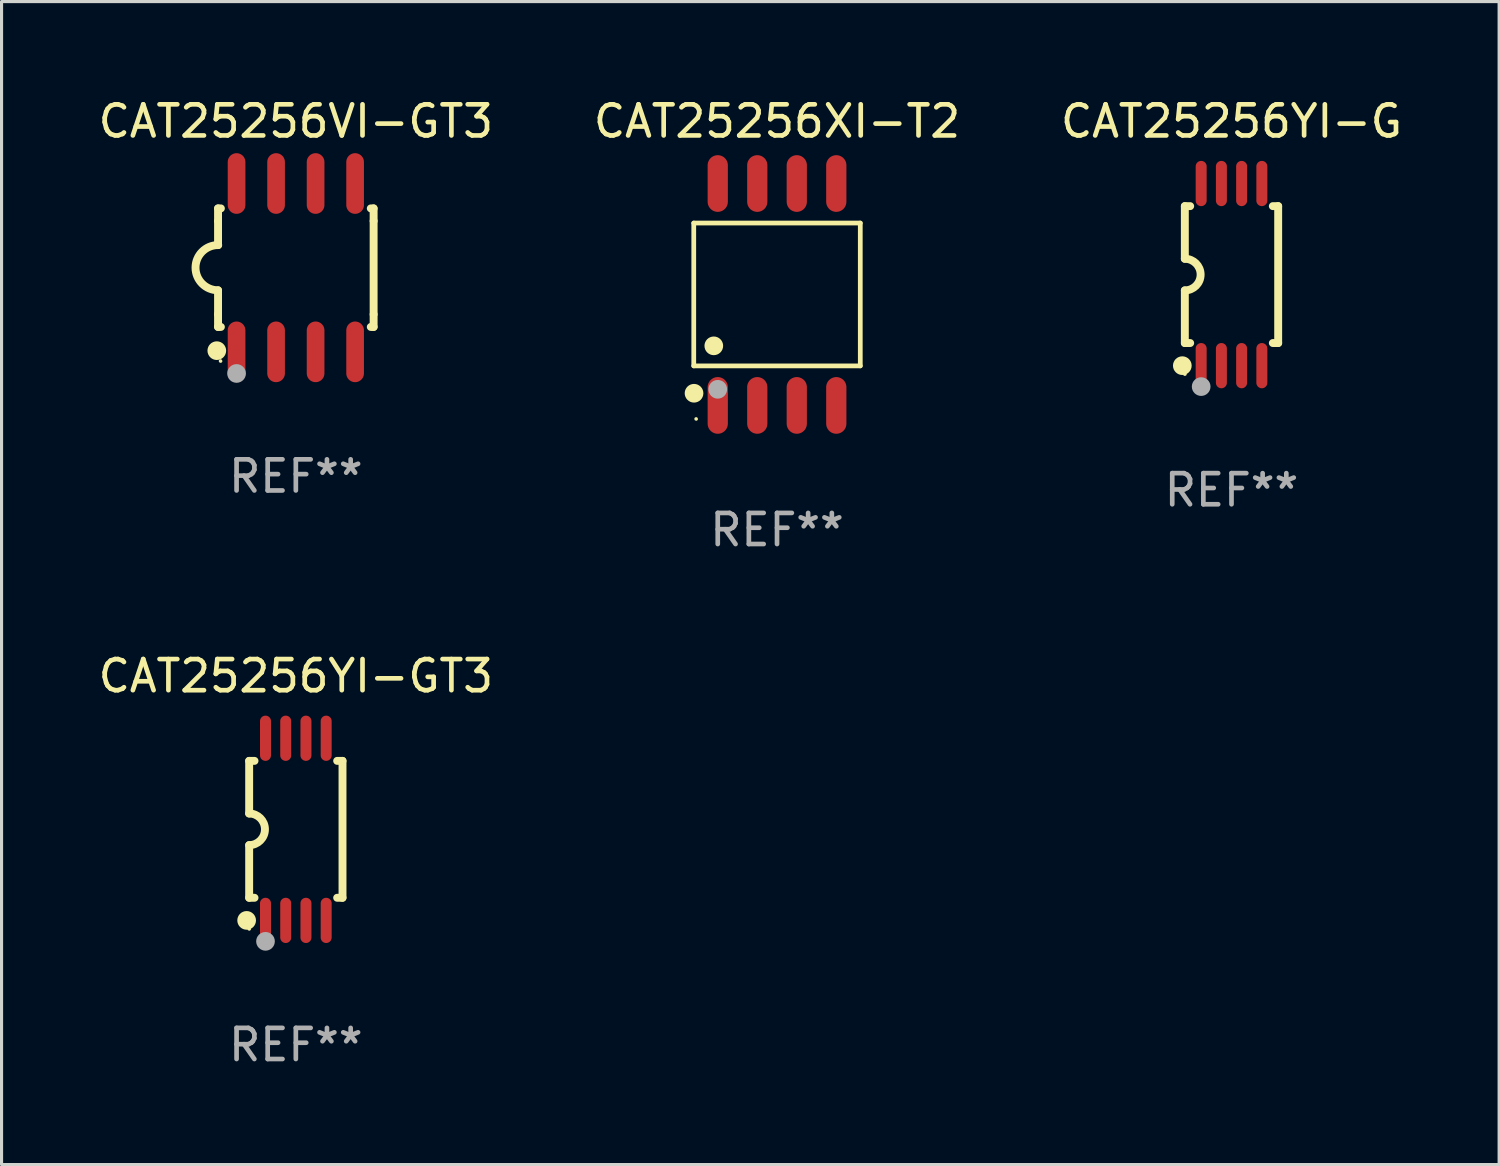
<source format=kicad_pcb>
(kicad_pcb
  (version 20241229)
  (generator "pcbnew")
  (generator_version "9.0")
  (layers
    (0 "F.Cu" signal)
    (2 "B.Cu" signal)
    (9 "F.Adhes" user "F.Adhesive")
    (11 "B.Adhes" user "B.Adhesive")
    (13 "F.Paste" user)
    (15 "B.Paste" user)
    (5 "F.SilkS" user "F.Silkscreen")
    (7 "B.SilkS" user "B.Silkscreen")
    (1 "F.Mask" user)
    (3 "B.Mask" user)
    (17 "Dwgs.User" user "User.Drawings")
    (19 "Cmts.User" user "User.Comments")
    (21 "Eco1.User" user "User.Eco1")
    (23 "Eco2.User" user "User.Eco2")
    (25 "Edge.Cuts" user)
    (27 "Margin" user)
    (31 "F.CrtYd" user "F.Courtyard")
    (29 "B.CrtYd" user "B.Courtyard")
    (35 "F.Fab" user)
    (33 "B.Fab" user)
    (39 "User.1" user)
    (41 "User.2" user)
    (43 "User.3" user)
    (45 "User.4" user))
  (footprint "CAT25256YI-G"
    (layer "F.Cu")
    (at 36.53 5.775)
    (property "Reference" "CAT25256YI-G" (at 0 -4.927 0) (layer "F.SilkS") (effects (font (size 1 1) (thickness 0.15))))
    (attr through_hole)
    (fp_line (start -1.5 -2.2) (end -1.5 -0.508) (stroke (width 0.254) (type solid)) (layer "F.SilkS"))
    (fp_line (start -1.5 -2.2) (end -1.328 -2.2) (stroke (width 0.254) (type solid)) (layer "F.SilkS"))
    (fp_line (start -1.5 2.2) (end -1.5 0.508) (stroke (width 0.254) (type solid)) (layer "F.SilkS"))
    (fp_line (start -1.5 2.2) (end -1.328 2.2) (stroke (width 0.254) (type solid)) (layer "F.SilkS"))
    (fp_line (start 1.328 -2.2) (end 1.5 -2.2) (stroke (width 0.254) (type solid)) (layer "F.SilkS"))
    (fp_line (start 1.328 2.2) (end 1.5 2.2) (stroke (width 0.254) (type solid)) (layer "F.SilkS"))
    (fp_line (start 1.5 -2.2) (end 1.5 2.2) (stroke (width 0.254) (type solid)) (layer "F.SilkS"))
    (fp_arc (start -1.501144 -0.508) (mid -0.993143 -0.000571) (end -1.5 0.508001) (stroke (width 0.254001) (type solid)) (layer "F.SilkS"))
    (fp_circle (center -1.581 2.927) (end -1.431 2.927) (stroke (width 0.3) (type solid)) (fill no) (layer "F.SilkS"))
    (fp_circle (center -1.5 3.2) (end -1.47 3.2) (stroke (width 0.06) (type solid)) (fill no) (layer "F.SilkS"))
    (fp_circle (center -0.975 3.6) (end -0.825 3.6) (stroke (width 0.3) (type solid)) (fill no) (layer "F.Fab"))
    (fp_text user "REF**" (at 0 6.927 0) (layer "F.Fab") (effects (font (size 1 1) (thickness 0.15))))
    (pad "1" smd oval (at -0.975 2.927) (size 0.353 1.454) (layers "F.Cu" "F.Mask" "F.Paste"))
    (pad "2" smd oval (at -0.325 2.927) (size 0.353 1.454) (layers "F.Cu" "F.Mask" "F.Paste"))
    (pad "3" smd oval (at 0.325 2.927) (size 0.353 1.454) (layers "F.Cu" "F.Mask" "F.Paste"))
    (pad "4" smd oval (at 0.975 2.927) (size 0.353 1.454) (layers "F.Cu" "F.Mask" "F.Paste"))
    (pad "5" smd oval (at 0.975 -2.927) (size 0.353 1.454) (layers "F.Cu" "F.Mask" "F.Paste"))
    (pad "6" smd oval (at 0.325 -2.927) (size 0.353 1.454) (layers "F.Cu" "F.Mask" "F.Paste"))
    (pad "7" smd oval (at -0.325 -2.927) (size 0.353 1.454) (layers "F.Cu" "F.Mask" "F.Paste"))
    (pad "8" smd oval (at -0.975 -2.927) (size 0.353 1.454) (layers "F.Cu" "F.Mask" "F.Paste")))
  (footprint "CAT25256XI-T2"
    (layer "F.Cu")
    (at 21.923 6.414)
    (property "Reference" "CAT25256XI-T2" (at 0 -5.566 0) (layer "F.SilkS") (effects (font (size 1 1) (thickness 0.15))))
    (attr through_hole)
    (fp_line (start -2.676 -2.295) (end 2.676 -2.295) (stroke (width 0.152) (type solid)) (layer "F.SilkS"))
    (fp_line (start -2.676 2.295) (end -2.676 -2.295) (stroke (width 0.152) (type solid)) (layer "F.SilkS"))
    (fp_line (start 2.676 -2.295) (end 2.676 2.295) (stroke (width 0.152) (type solid)) (layer "F.SilkS"))
    (fp_line (start 2.676 2.295) (end -2.676 2.295) (stroke (width 0.152) (type solid)) (layer "F.SilkS"))
    (fp_circle (center -2.667 3.175) (end -2.517 3.175) (stroke (width 0.3) (type solid)) (fill no) (layer "F.SilkS"))
    (fp_circle (center -2.6 4) (end -2.57 4) (stroke (width 0.06) (type solid)) (fill no) (layer "F.SilkS"))
    (fp_circle (center -2.032 1.651) (end -1.882 1.651) (stroke (width 0.3) (type solid)) (fill no) (layer "F.SilkS"))
    (fp_circle (center -1.905 3.048) (end -1.755 3.048) (stroke (width 0.3) (type solid)) (fill no) (layer "F.Fab"))
    (fp_text user "REF**" (at 0 7.566 0) (layer "F.Fab") (effects (font (size 1 1) (thickness 0.15))))
    (pad "1" smd oval (at -1.905 3.566) (size 0.65 1.822) (layers "F.Cu" "F.Mask" "F.Paste"))
    (pad "2" smd oval (at -0.635 3.566) (size 0.65 1.822) (layers "F.Cu" "F.Mask" "F.Paste"))
    (pad "3" smd oval (at 0.635 3.566) (size 0.65 1.822) (layers "F.Cu" "F.Mask" "F.Paste"))
    (pad "4" smd oval (at 1.905 3.566) (size 0.65 1.822) (layers "F.Cu" "F.Mask" "F.Paste"))
    (pad "5" smd oval (at 1.905 -3.566) (size 0.65 1.822) (layers "F.Cu" "F.Mask" "F.Paste"))
    (pad "6" smd oval (at 0.635 -3.566) (size 0.65 1.822) (layers "F.Cu" "F.Mask" "F.Paste"))
    (pad "7" smd oval (at -0.635 -3.566) (size 0.65 1.822) (layers "F.Cu" "F.Mask" "F.Paste"))
    (pad "8" smd oval (at -1.905 -3.566) (size 0.65 1.822) (layers "F.Cu" "F.Mask" "F.Paste")))
  (footprint "CAT25256YI-GT3"
    (layer "F.Cu")
    (at 6.458 23.604)
    (property "Reference" "CAT25256YI-GT3" (at 0 -4.927 0) (layer "F.SilkS") (effects (font (size 1 1) (thickness 0.15))))
    (attr through_hole)
    (fp_line (start -1.5 -2.2) (end -1.5 -0.508) (stroke (width 0.254) (type solid)) (layer "F.SilkS"))
    (fp_line (start -1.5 -2.2) (end -1.328 -2.2) (stroke (width 0.254) (type solid)) (layer "F.SilkS"))
    (fp_line (start -1.5 2.2) (end -1.5 0.508) (stroke (width 0.254) (type solid)) (layer "F.SilkS"))
    (fp_line (start -1.5 2.2) (end -1.328 2.2) (stroke (width 0.254) (type solid)) (layer "F.SilkS"))
    (fp_line (start 1.328 -2.2) (end 1.5 -2.2) (stroke (width 0.254) (type solid)) (layer "F.SilkS"))
    (fp_line (start 1.328 2.2) (end 1.5 2.2) (stroke (width 0.254) (type solid)) (layer "F.SilkS"))
    (fp_line (start 1.5 -2.2) (end 1.5 2.2) (stroke (width 0.254) (type solid)) (layer "F.SilkS"))
    (fp_arc (start -1.501144 -0.508) (mid -0.993143 -0.000571) (end -1.5 0.508001) (stroke (width 0.254001) (type solid)) (layer "F.SilkS"))
    (fp_circle (center -1.581 2.927) (end -1.431 2.927) (stroke (width 0.3) (type solid)) (fill no) (layer "F.SilkS"))
    (fp_circle (center -1.5 3.2) (end -1.47 3.2) (stroke (width 0.06) (type solid)) (fill no) (layer "F.SilkS"))
    (fp_circle (center -0.975 3.6) (end -0.825 3.6) (stroke (width 0.3) (type solid)) (fill no) (layer "F.Fab"))
    (fp_text user "REF**" (at 0 6.927 0) (layer "F.Fab") (effects (font (size 1 1) (thickness 0.15))))
    (pad "1" smd oval (at -0.975 2.927) (size 0.353 1.454) (layers "F.Cu" "F.Mask" "F.Paste"))
    (pad "2" smd oval (at -0.325 2.927) (size 0.353 1.454) (layers "F.Cu" "F.Mask" "F.Paste"))
    (pad "3" smd oval (at 0.325 2.927) (size 0.353 1.454) (layers "F.Cu" "F.Mask" "F.Paste"))
    (pad "4" smd oval (at 0.975 2.927) (size 0.353 1.454) (layers "F.Cu" "F.Mask" "F.Paste"))
    (pad "5" smd oval (at 0.975 -2.927) (size 0.353 1.454) (layers "F.Cu" "F.Mask" "F.Paste"))
    (pad "6" smd oval (at 0.325 -2.927) (size 0.353 1.454) (layers "F.Cu" "F.Mask" "F.Paste"))
    (pad "7" smd oval (at -0.325 -2.927) (size 0.353 1.454) (layers "F.Cu" "F.Mask" "F.Paste"))
    (pad "8" smd oval (at -0.975 -2.927) (size 0.353 1.454) (layers "F.Cu" "F.Mask" "F.Paste")))
  (footprint "CAT25256VI-GT3"
    (layer "F.Cu")
    (at 6.458 5.553)
    (property "Reference" "CAT25256VI-GT3" (at 0 -4.705 0) (layer "F.SilkS") (effects (font (size 1 1) (thickness 0.15))))
    (attr through_hole)
    (fp_line (start -2.5 -1.905) (end -2.409 -1.905) (stroke (width 0.254) (type solid)) (layer "F.SilkS"))
    (fp_line (start -2.5 -1.5) (end -2.5 -1.905) (stroke (width 0.254) (type solid)) (layer "F.SilkS"))
    (fp_line (start -2.5 -1.5) (end -2.5 -0.726) (stroke (width 0.254) (type solid)) (layer "F.SilkS"))
    (fp_line (start -2.5 1.5) (end -2.5 0.727) (stroke (width 0.254) (type solid)) (layer "F.SilkS"))
    (fp_line (start -2.5 1.5) (end -2.5 1.905) (stroke (width 0.254) (type solid)) (layer "F.SilkS"))
    (fp_line (start -2.5 1.905) (end -2.409 1.905) (stroke (width 0.254) (type solid)) (layer "F.SilkS"))
    (fp_line (start 2.5 -1.905) (end 2.409 -1.905) (stroke (width 0.254) (type solid)) (layer "F.SilkS"))
    (fp_line (start 2.5 -1.5) (end 2.5 -1.905) (stroke (width 0.254) (type solid)) (layer "F.SilkS"))
    (fp_line (start 2.5 -1.5) (end 2.5 1.5) (stroke (width 0.254) (type solid)) (layer "F.SilkS"))
    (fp_line (start 2.5 1.5) (end 2.5 1.905) (stroke (width 0.254) (type solid)) (layer "F.SilkS"))
    (fp_line (start 2.5 1.905) (end 2.409 1.905) (stroke (width 0.254) (type solid)) (layer "F.SilkS"))
    (fp_arc (start -2.5 0.726568) (mid -3.220316 -0.0023) (end -2.495097 -0.726289) (stroke (width 0.254001) (type solid)) (layer "F.SilkS"))
    (fp_circle (center -2.54 2.667) (end -2.39 2.667) (stroke (width 0.3) (type solid)) (fill no) (layer "F.SilkS"))
    (fp_circle (center -2.42 3) (end -2.39 3) (stroke (width 0.06) (type solid)) (fill no) (layer "F.SilkS"))
    (fp_circle (center -1.905 3.4) (end -1.755 3.4) (stroke (width 0.3) (type solid)) (fill no) (layer "F.Fab"))
    (fp_text user "REF**" (at 0 6.705 0) (layer "F.Fab") (effects (font (size 1 1) (thickness 0.15))))
    (pad "1" smd oval (at -1.905 2.705) (size 0.568 1.95) (layers "F.Cu" "F.Mask" "F.Paste"))
    (pad "2" smd oval (at -0.635 2.705) (size 0.568 1.95) (layers "F.Cu" "F.Mask" "F.Paste"))
    (pad "3" smd oval (at 0.635 2.705) (size 0.568 1.95) (layers "F.Cu" "F.Mask" "F.Paste"))
    (pad "4" smd oval (at 1.905 2.705) (size 0.568 1.95) (layers "F.Cu" "F.Mask" "F.Paste"))
    (pad "5" smd oval (at 1.905 -2.705) (size 0.568 1.95) (layers "F.Cu" "F.Mask" "F.Paste"))
    (pad "6" smd oval (at 0.635 -2.705) (size 0.568 1.95) (layers "F.Cu" "F.Mask" "F.Paste"))
    (pad "7" smd oval (at -0.635 -2.705) (size 0.568 1.95) (layers "F.Cu" "F.Mask" "F.Paste"))
    (pad "8" smd oval (at -1.905 -2.705) (size 0.568 1.95) (layers "F.Cu" "F.Mask" "F.Paste")))
  (gr_rect
    (start -3 -3)
    (end 45.131 34.379)
    (stroke (width 0.1) (type default))
    (fill no)
    (layer "Edge.Cuts")))
</source>
